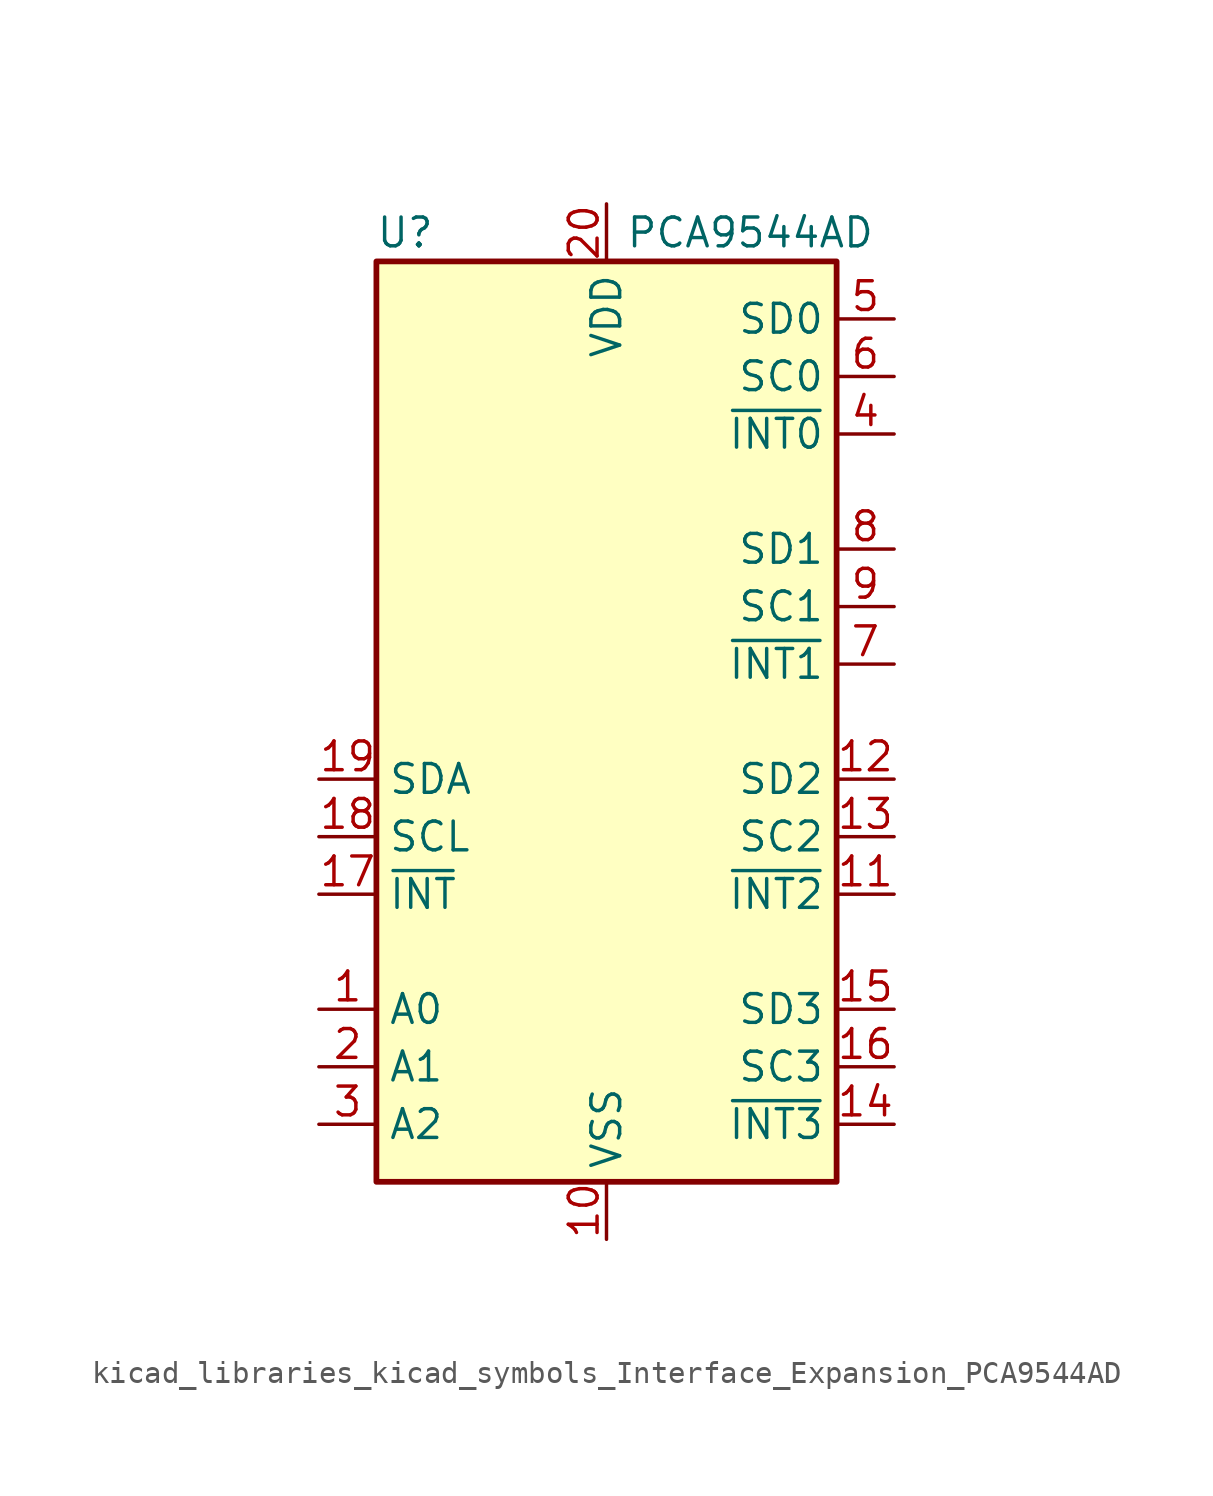
<source format=kicad_sym>
(kicad_symbol_lib
  (version 20220914)
  (generator kicad_symbol_editor)
  (symbol "kicad_libraries_kicad_symbols_Interface_Expansion_PCA9544AD"
    (property "Reference" "U"
      (at -8.89 21.59 0)
      (effects (font (size 1.27 1.27))))
    (property "Value" "PCA9544AD"
      (at 6.35 21.59 0)
      (effects (font (size 1.27 1.27))))
    (symbol "kicad_libraries_kicad_symbols_Interface_Expansion_PCA9544AD_0_1"
      (rectangle (start 10.16 20.32) (end -10.16 -20.32) (stroke (width 0.254) (type default)) (fill (type background))))
    (symbol "kicad_libraries_kicad_symbols_Interface_Expansion_PCA9544AD_1_1"
      (pin input line (at -12.7 -12.7 0) (length 2.54) (name "A0" (effects (font (size 1.27 1.27)))) (number "1" (effects (font (size 1.27 1.27)))))
      (pin power_in line (at 0 -22.86 90) (length 2.54) (name "VSS" (effects (font (size 1.27 1.27)))) (number "10" (effects (font (size 1.27 1.27)))))
      (pin input line (at 12.7 -7.62 180) (length 2.54) (name "~{INT2}" (effects (font (size 1.27 1.27)))) (number "11" (effects (font (size 1.27 1.27)))))
      (pin bidirectional line (at 12.7 -2.54 180) (length 2.54) (name "SD2" (effects (font (size 1.27 1.27)))) (number "12" (effects (font (size 1.27 1.27)))))
      (pin output line (at 12.7 -5.08 180) (length 2.54) (name "SC2" (effects (font (size 1.27 1.27)))) (number "13" (effects (font (size 1.27 1.27)))))
      (pin input line (at 12.7 -17.78 180) (length 2.54) (name "~{INT3}" (effects (font (size 1.27 1.27)))) (number "14" (effects (font (size 1.27 1.27)))))
      (pin bidirectional line (at 12.7 -12.7 180) (length 2.54) (name "SD3" (effects (font (size 1.27 1.27)))) (number "15" (effects (font (size 1.27 1.27)))))
      (pin output line (at 12.7 -15.24 180) (length 2.54) (name "SC3" (effects (font (size 1.27 1.27)))) (number "16" (effects (font (size 1.27 1.27)))))
      (pin open_collector line (at -12.7 -7.62 0) (length 2.54) (name "~{INT}" (effects (font (size 1.27 1.27)))) (number "17" (effects (font (size 1.27 1.27)))))
      (pin input line (at -12.7 -5.08 0) (length 2.54) (name "SCL" (effects (font (size 1.27 1.27)))) (number "18" (effects (font (size 1.27 1.27)))))
      (pin bidirectional line (at -12.7 -2.54 0) (length 2.54) (name "SDA" (effects (font (size 1.27 1.27)))) (number "19" (effects (font (size 1.27 1.27)))))
      (pin input line (at -12.7 -15.24 0) (length 2.54) (name "A1" (effects (font (size 1.27 1.27)))) (number "2" (effects (font (size 1.27 1.27)))))
      (pin power_in line (at 0 22.86 270) (length 2.54) (name "VDD" (effects (font (size 1.27 1.27)))) (number "20" (effects (font (size 1.27 1.27)))))
      (pin input line (at -12.7 -17.78 0) (length 2.54) (name "A2" (effects (font (size 1.27 1.27)))) (number "3" (effects (font (size 1.27 1.27)))))
      (pin input line (at 12.7 12.7 180) (length 2.54) (name "~{INT0}" (effects (font (size 1.27 1.27)))) (number "4" (effects (font (size 1.27 1.27)))))
      (pin bidirectional line (at 12.7 17.78 180) (length 2.54) (name "SD0" (effects (font (size 1.27 1.27)))) (number "5" (effects (font (size 1.27 1.27)))))
      (pin output line (at 12.7 15.24 180) (length 2.54) (name "SC0" (effects (font (size 1.27 1.27)))) (number "6" (effects (font (size 1.27 1.27)))))
      (pin input line (at 12.7 2.54 180) (length 2.54) (name "~{INT1}" (effects (font (size 1.27 1.27)))) (number "7" (effects (font (size 1.27 1.27)))))
      (pin bidirectional line (at 12.7 7.62 180) (length 2.54) (name "SD1" (effects (font (size 1.27 1.27)))) (number "8" (effects (font (size 1.27 1.27)))))
      (pin output line (at 12.7 5.08 180) (length 2.54) (name "SC1" (effects (font (size 1.27 1.27)))) (number "9" (effects (font (size 1.27 1.27))))))))
</source>
